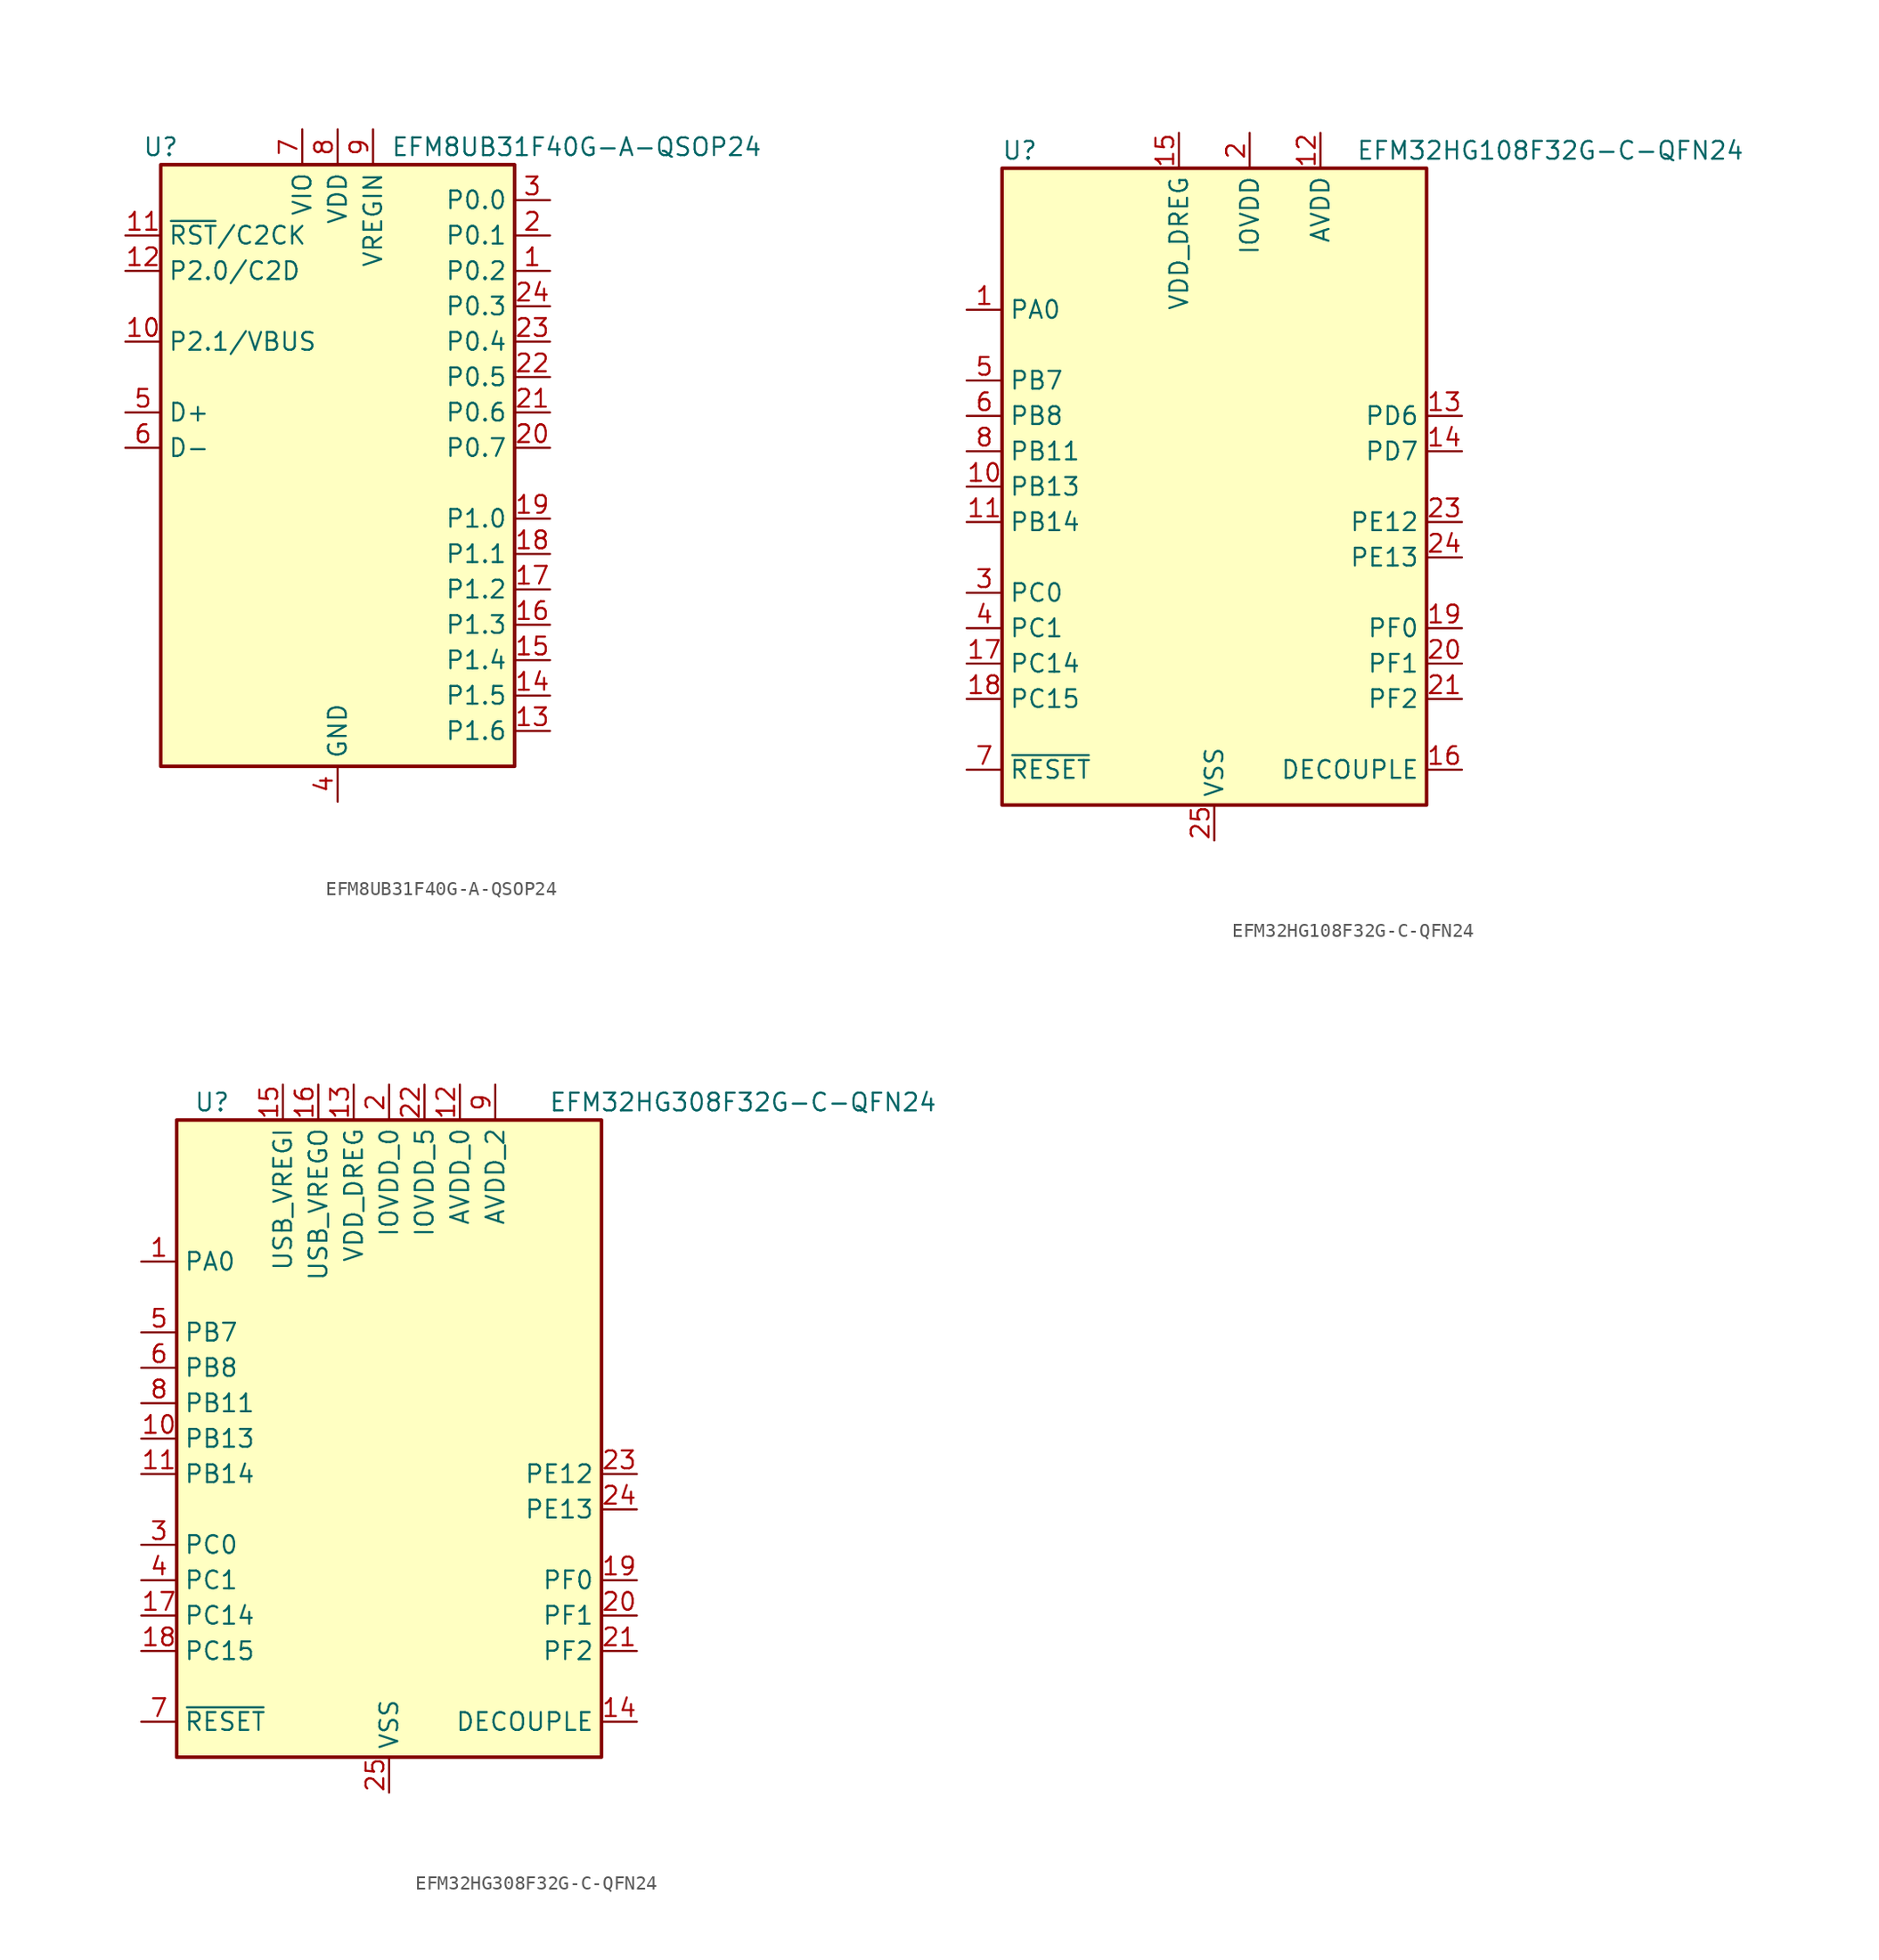
<source format=kicad_sym>
(kicad_symbol_lib
  (version 20241209)
  (generator "kicad_symbol_editor")
  (generator_version "9.0")
  (symbol "EFM8UB31F40G-A-QSOP24"
    (property "Reference" "U"
      (at -12.7 24.13 0)
      (effects (font (size 1.27 1.27))))
    (property "Value" "EFM8UB31F40G-A-QSOP24"
      (at 3.81 24.13 0)
      (effects (font (size 1.27 1.27)) (justify left)))
    (symbol "EFM8UB31F40G-A-QSOP24_1_1"
      (rectangle (start -12.7 22.86) (end 12.7 -20.32) (stroke (width 0.254) (type default)) (fill (type background)))
      (pin bidirectional line (at -15.24 17.78 0) (length 2.54) (name "~{RST}/C2CK" (effects (font (size 1.27 1.27)))) (number "11" (effects (font (size 1.27 1.27)))))
      (pin bidirectional line (at -15.24 15.24 0) (length 2.54) (name "P2.0/C2D" (effects (font (size 1.27 1.27)))) (number "12" (effects (font (size 1.27 1.27)))))
      (pin bidirectional line (at -15.24 10.16 0) (length 2.54) (name "P2.1/VBUS" (effects (font (size 1.27 1.27)))) (number "10" (effects (font (size 1.27 1.27)))))
      (pin bidirectional line (at -15.24 5.08 0) (length 2.54) (name "D+" (effects (font (size 1.27 1.27)))) (number "5" (effects (font (size 1.27 1.27)))))
      (pin bidirectional line (at -15.24 2.54 0) (length 2.54) (name "D-" (effects (font (size 1.27 1.27)))) (number "6" (effects (font (size 1.27 1.27)))))
      (pin power_in line (at -2.54 25.4 270) (length 2.54) (name "VIO" (effects (font (size 1.27 1.27)))) (number "7" (effects (font (size 1.27 1.27)))))
      (pin power_in line (at 0 25.4 270) (length 2.54) (name "VDD" (effects (font (size 1.27 1.27)))) (number "8" (effects (font (size 1.27 1.27)))))
      (pin power_in line (at 0 -22.86 90) (length 2.54) (name "GND" (effects (font (size 1.27 1.27)))) (number "4" (effects (font (size 1.27 1.27)))))
      (pin power_in line (at 2.54 25.4 270) (length 2.54) (name "VREGIN" (effects (font (size 1.27 1.27)))) (number "9" (effects (font (size 1.27 1.27)))))
      (pin bidirectional line (at 15.24 20.32 180) (length 2.54) (name "P0.0" (effects (font (size 1.27 1.27)))) (number "3" (effects (font (size 1.27 1.27)))))
      (pin bidirectional line (at 15.24 17.78 180) (length 2.54) (name "P0.1" (effects (font (size 1.27 1.27)))) (number "2" (effects (font (size 1.27 1.27)))))
      (pin bidirectional line (at 15.24 15.24 180) (length 2.54) (name "P0.2" (effects (font (size 1.27 1.27)))) (number "1" (effects (font (size 1.27 1.27)))))
      (pin bidirectional line (at 15.24 12.7 180) (length 2.54) (name "P0.3" (effects (font (size 1.27 1.27)))) (number "24" (effects (font (size 1.27 1.27)))))
      (pin bidirectional line (at 15.24 10.16 180) (length 2.54) (name "P0.4" (effects (font (size 1.27 1.27)))) (number "23" (effects (font (size 1.27 1.27)))))
      (pin bidirectional line (at 15.24 7.62 180) (length 2.54) (name "P0.5" (effects (font (size 1.27 1.27)))) (number "22" (effects (font (size 1.27 1.27)))))
      (pin bidirectional line (at 15.24 5.08 180) (length 2.54) (name "P0.6" (effects (font (size 1.27 1.27)))) (number "21" (effects (font (size 1.27 1.27)))))
      (pin bidirectional line (at 15.24 2.54 180) (length 2.54) (name "P0.7" (effects (font (size 1.27 1.27)))) (number "20" (effects (font (size 1.27 1.27)))))
      (pin bidirectional line (at 15.24 -2.54 180) (length 2.54) (name "P1.0" (effects (font (size 1.27 1.27)))) (number "19" (effects (font (size 1.27 1.27)))))
      (pin bidirectional line (at 15.24 -5.08 180) (length 2.54) (name "P1.1" (effects (font (size 1.27 1.27)))) (number "18" (effects (font (size 1.27 1.27)))))
      (pin bidirectional line (at 15.24 -7.62 180) (length 2.54) (name "P1.2" (effects (font (size 1.27 1.27)))) (number "17" (effects (font (size 1.27 1.27)))))
      (pin bidirectional line (at 15.24 -10.16 180) (length 2.54) (name "P1.3" (effects (font (size 1.27 1.27)))) (number "16" (effects (font (size 1.27 1.27)))))
      (pin bidirectional line (at 15.24 -12.7 180) (length 2.54) (name "P1.4" (effects (font (size 1.27 1.27)))) (number "15" (effects (font (size 1.27 1.27)))))
      (pin bidirectional line (at 15.24 -15.24 180) (length 2.54) (name "P1.5" (effects (font (size 1.27 1.27)))) (number "14" (effects (font (size 1.27 1.27)))))
      (pin bidirectional line (at 15.24 -17.78 180) (length 2.54) (name "P1.6" (effects (font (size 1.27 1.27)))) (number "13" (effects (font (size 1.27 1.27)))))))
  (symbol "EFM32HG108F32G-C-QFN24"
    (property "Reference" "U"
      (at -13.97 24.13 0)
      (effects (font (size 1.27 1.27))))
    (property "Value" "EFM32HG108F32G-C-QFN24"
      (at 24.13 24.13 0)
      (effects (font (size 1.27 1.27))))
    (symbol "EFM32HG108F32G-C-QFN24_0_1"
      (rectangle (start -15.24 22.86) (end 15.24 -22.86) (stroke (width 0.254) (type default)) (fill (type background))))
    (symbol "EFM32HG108F32G-C-QFN24_1_1"
      (pin bidirectional line (at -17.78 12.7 0) (length 2.54) (name "PA0" (effects (font (size 1.27 1.27)))) (number "1" (effects (font (size 1.27 1.27)))))
      (pin bidirectional line (at -17.78 7.62 0) (length 2.54) (name "PB7" (effects (font (size 1.27 1.27)))) (number "5" (effects (font (size 1.27 1.27)))))
      (pin bidirectional line (at -17.78 5.08 0) (length 2.54) (name "PB8" (effects (font (size 1.27 1.27)))) (number "6" (effects (font (size 1.27 1.27)))))
      (pin bidirectional line (at -17.78 2.54 0) (length 2.54) (name "PB11" (effects (font (size 1.27 1.27)))) (number "8" (effects (font (size 1.27 1.27)))))
      (pin bidirectional line (at -17.78 0 0) (length 2.54) (name "PB13" (effects (font (size 1.27 1.27)))) (number "10" (effects (font (size 1.27 1.27)))))
      (pin bidirectional line (at -17.78 -2.54 0) (length 2.54) (name "PB14" (effects (font (size 1.27 1.27)))) (number "11" (effects (font (size 1.27 1.27)))))
      (pin bidirectional line (at -17.78 -7.62 0) (length 2.54) (name "PC0" (effects (font (size 1.27 1.27)))) (number "3" (effects (font (size 1.27 1.27)))))
      (pin bidirectional line (at -17.78 -10.16 0) (length 2.54) (name "PC1" (effects (font (size 1.27 1.27)))) (number "4" (effects (font (size 1.27 1.27)))))
      (pin bidirectional line (at -17.78 -12.7 0) (length 2.54) (name "PC14" (effects (font (size 1.27 1.27)))) (number "17" (effects (font (size 1.27 1.27)))))
      (pin bidirectional line (at -17.78 -15.24 0) (length 2.54) (name "PC15" (effects (font (size 1.27 1.27)))) (number "18" (effects (font (size 1.27 1.27)))))
      (pin input line (at -17.78 -20.32 0) (length 2.54) (name "~{RESET}" (effects (font (size 1.27 1.27)))) (number "7" (effects (font (size 1.27 1.27)))))
      (pin power_in line (at -2.54 25.4 270) (length 2.54) (name "VDD_DREG" (effects (font (size 1.27 1.27)))) (number "15" (effects (font (size 1.27 1.27)))))
      (pin power_in line (at 0 -25.4 90) (length 2.54) (name "VSS" (effects (font (size 1.27 1.27)))) (number "25" (effects (font (size 1.27 1.27)))))
      (pin power_in line (at 2.54 25.4 270) (length 2.54) (name "IOVDD" (effects (font (size 1.27 1.27)))) (number "2" (effects (font (size 1.27 1.27)))))
      (pin passive line (at 2.54 25.4 270) (length 2.54) (hide yes) (name "IOVDD" (effects (font (size 1.27 1.27)))) (number "22" (effects (font (size 1.27 1.27)))))
      (pin power_in line (at 7.62 25.4 270) (length 2.54) (name "AVDD" (effects (font (size 1.27 1.27)))) (number "12" (effects (font (size 1.27 1.27)))))
      (pin passive line (at 7.62 25.4 270) (length 2.54) (hide yes) (name "AVDD" (effects (font (size 1.27 1.27)))) (number "9" (effects (font (size 1.27 1.27)))))
      (pin bidirectional line (at 17.78 5.08 180) (length 2.54) (name "PD6" (effects (font (size 1.27 1.27)))) (number "13" (effects (font (size 1.27 1.27)))))
      (pin bidirectional line (at 17.78 2.54 180) (length 2.54) (name "PD7" (effects (font (size 1.27 1.27)))) (number "14" (effects (font (size 1.27 1.27)))))
      (pin bidirectional line (at 17.78 -2.54 180) (length 2.54) (name "PE12" (effects (font (size 1.27 1.27)))) (number "23" (effects (font (size 1.27 1.27)))))
      (pin bidirectional line (at 17.78 -5.08 180) (length 2.54) (name "PE13" (effects (font (size 1.27 1.27)))) (number "24" (effects (font (size 1.27 1.27)))))
      (pin bidirectional line (at 17.78 -10.16 180) (length 2.54) (name "PF0" (effects (font (size 1.27 1.27)))) (number "19" (effects (font (size 1.27 1.27)))))
      (pin bidirectional line (at 17.78 -12.7 180) (length 2.54) (name "PF1" (effects (font (size 1.27 1.27)))) (number "20" (effects (font (size 1.27 1.27)))))
      (pin bidirectional line (at 17.78 -15.24 180) (length 2.54) (name "PF2" (effects (font (size 1.27 1.27)))) (number "21" (effects (font (size 1.27 1.27)))))
      (pin passive line (at 17.78 -20.32 180) (length 2.54) (name "DECOUPLE" (effects (font (size 1.27 1.27)))) (number "16" (effects (font (size 1.27 1.27)))))))
  (symbol "EFM32HG308F32G-C-QFN24"
    (property "Reference" "U"
      (at -12.7 24.13 0)
      (effects (font (size 1.27 1.27))))
    (property "Value" "EFM32HG308F32G-C-QFN24"
      (at 25.4 24.13 0)
      (effects (font (size 1.27 1.27))))
    (symbol "EFM32HG308F32G-C-QFN24_0_1"
      (rectangle (start -15.24 22.86) (end 15.24 -22.86) (stroke (width 0.254) (type default)) (fill (type background))))
    (symbol "EFM32HG308F32G-C-QFN24_1_1"
      (pin bidirectional line (at -17.78 12.7 0) (length 2.54) (name "PA0" (effects (font (size 1.27 1.27)))) (number "1" (effects (font (size 1.27 1.27)))))
      (pin bidirectional line (at -17.78 7.62 0) (length 2.54) (name "PB7" (effects (font (size 1.27 1.27)))) (number "5" (effects (font (size 1.27 1.27)))))
      (pin bidirectional line (at -17.78 5.08 0) (length 2.54) (name "PB8" (effects (font (size 1.27 1.27)))) (number "6" (effects (font (size 1.27 1.27)))))
      (pin bidirectional line (at -17.78 2.54 0) (length 2.54) (name "PB11" (effects (font (size 1.27 1.27)))) (number "8" (effects (font (size 1.27 1.27)))))
      (pin bidirectional line (at -17.78 0 0) (length 2.54) (name "PB13" (effects (font (size 1.27 1.27)))) (number "10" (effects (font (size 1.27 1.27)))))
      (pin bidirectional line (at -17.78 -2.54 0) (length 2.54) (name "PB14" (effects (font (size 1.27 1.27)))) (number "11" (effects (font (size 1.27 1.27)))))
      (pin bidirectional line (at -17.78 -7.62 0) (length 2.54) (name "PC0" (effects (font (size 1.27 1.27)))) (number "3" (effects (font (size 1.27 1.27)))))
      (pin bidirectional line (at -17.78 -10.16 0) (length 2.54) (name "PC1" (effects (font (size 1.27 1.27)))) (number "4" (effects (font (size 1.27 1.27)))))
      (pin bidirectional line (at -17.78 -12.7 0) (length 2.54) (name "PC14" (effects (font (size 1.27 1.27)))) (number "17" (effects (font (size 1.27 1.27)))))
      (pin bidirectional line (at -17.78 -15.24 0) (length 2.54) (name "PC15" (effects (font (size 1.27 1.27)))) (number "18" (effects (font (size 1.27 1.27)))))
      (pin input line (at -17.78 -20.32 0) (length 2.54) (name "~{RESET}" (effects (font (size 1.27 1.27)))) (number "7" (effects (font (size 1.27 1.27)))))
      (pin power_in line (at -7.62 25.4 270) (length 2.54) (name "USB_VREGI" (effects (font (size 1.27 1.27)))) (number "15" (effects (font (size 1.27 1.27)))))
      (pin power_out line (at -5.08 25.4 270) (length 2.54) (name "USB_VREGO" (effects (font (size 1.27 1.27)))) (number "16" (effects (font (size 1.27 1.27)))))
      (pin power_in line (at -2.54 25.4 270) (length 2.54) (name "VDD_DREG" (effects (font (size 1.27 1.27)))) (number "13" (effects (font (size 1.27 1.27)))))
      (pin power_in line (at 0 25.4 270) (length 2.54) (name "IOVDD_0" (effects (font (size 1.27 1.27)))) (number "2" (effects (font (size 1.27 1.27)))))
      (pin power_in line (at 0 -25.4 90) (length 2.54) (name "VSS" (effects (font (size 1.27 1.27)))) (number "25" (effects (font (size 1.27 1.27)))))
      (pin power_in line (at 2.54 25.4 270) (length 2.54) (name "IOVDD_5" (effects (font (size 1.27 1.27)))) (number "22" (effects (font (size 1.27 1.27)))))
      (pin power_in line (at 5.08 25.4 270) (length 2.54) (name "AVDD_0" (effects (font (size 1.27 1.27)))) (number "12" (effects (font (size 1.27 1.27)))))
      (pin power_in line (at 7.62 25.4 270) (length 2.54) (name "AVDD_2" (effects (font (size 1.27 1.27)))) (number "9" (effects (font (size 1.27 1.27)))))
      (pin bidirectional line (at 17.78 -2.54 180) (length 2.54) (name "PE12" (effects (font (size 1.27 1.27)))) (number "23" (effects (font (size 1.27 1.27)))))
      (pin bidirectional line (at 17.78 -5.08 180) (length 2.54) (name "PE13" (effects (font (size 1.27 1.27)))) (number "24" (effects (font (size 1.27 1.27)))))
      (pin bidirectional line (at 17.78 -10.16 180) (length 2.54) (name "PF0" (effects (font (size 1.27 1.27)))) (number "19" (effects (font (size 1.27 1.27)))))
      (pin bidirectional line (at 17.78 -12.7 180) (length 2.54) (name "PF1" (effects (font (size 1.27 1.27)))) (number "20" (effects (font (size 1.27 1.27)))))
      (pin bidirectional line (at 17.78 -15.24 180) (length 2.54) (name "PF2" (effects (font (size 1.27 1.27)))) (number "21" (effects (font (size 1.27 1.27)))))
      (pin passive line (at 17.78 -20.32 180) (length 2.54) (name "DECOUPLE" (effects (font (size 1.27 1.27)))) (number "14" (effects (font (size 1.27 1.27))))))))
</source>
